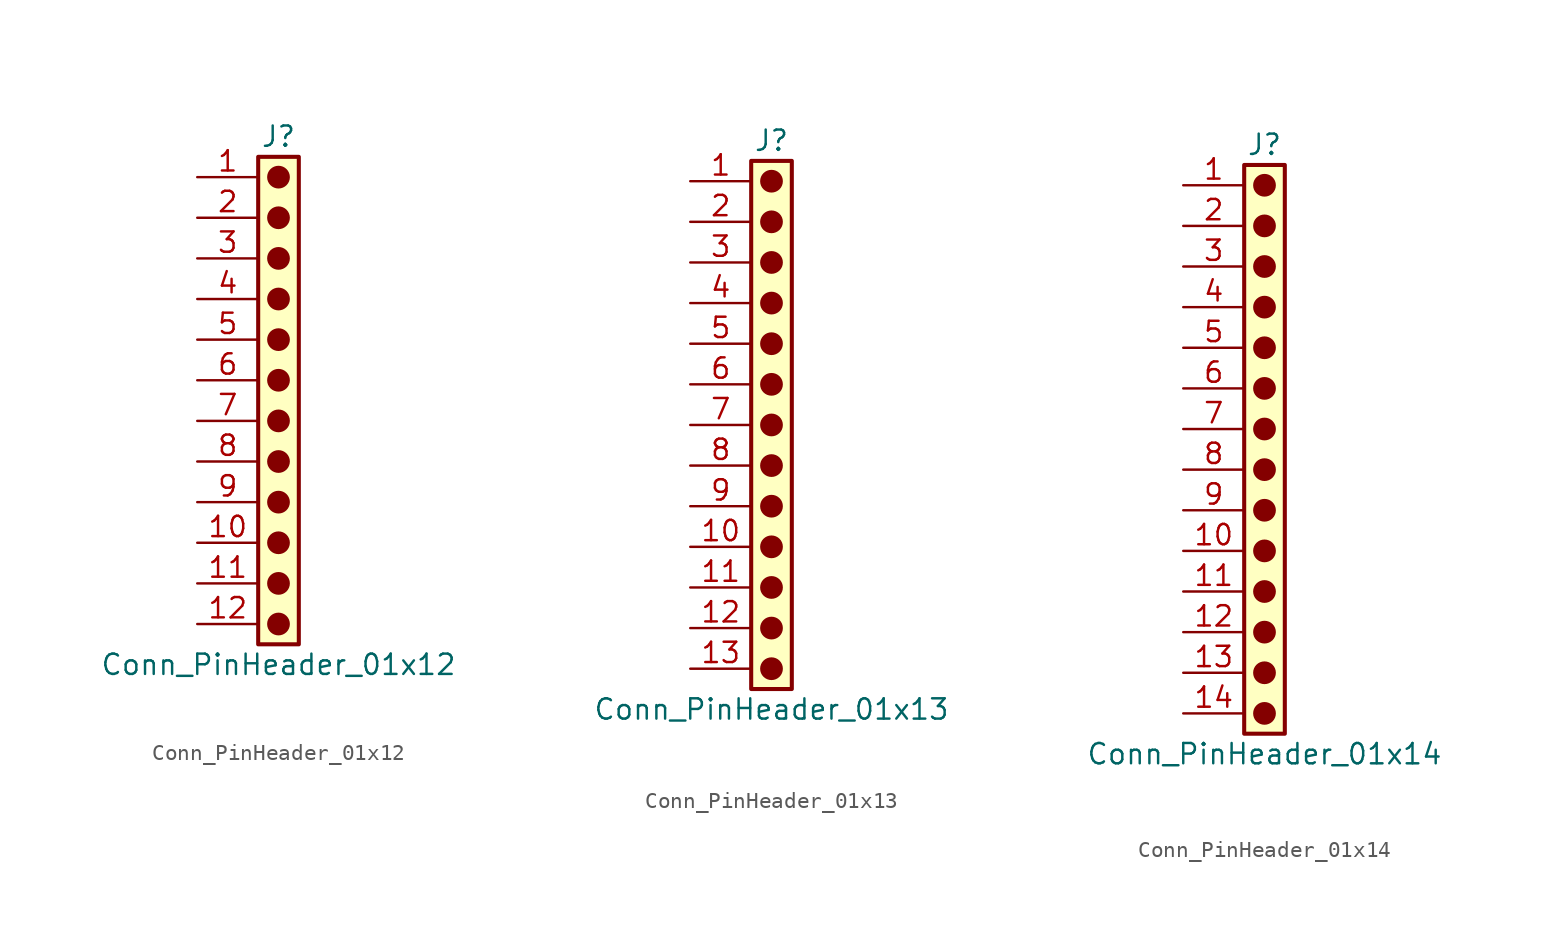
<source format=kicad_sym>
(kicad_symbol_lib
  (version 20241209)
  (generator "kicad_symbol_editor")
  (generator_version "9.0")
  (symbol "Conn_PinHeader_01x12"
    (pin_names
      (offset 1.016)
      (hide yes))
    (property "Reference" "J"
      (at 0 15.24 0)
      (effects (font (size 1.27 1.27))))
    (property "Value" "Conn_PinHeader_01x12"
      (at 0 -17.78 0)
      (effects (font (size 1.27 1.27))))
    (symbol "Conn_PinHeader_01x12_1_1"
      (rectangle (start -1.27 13.97) (end 1.27 -16.51) (stroke (width 0.254) (type default)) (fill (type background)))
      (circle (center 0 12.7) (radius 0.635) (stroke (width 0) (type solid) (color 132 0 0 1)) (fill (type outline)))
      (circle (center 0 10.16) (radius 0.635) (stroke (width 0) (type solid) (color 132 0 0 1)) (fill (type outline)))
      (circle (center 0 7.62) (radius 0.635) (stroke (width 0) (type solid) (color 132 0 0 1)) (fill (type outline)))
      (circle (center 0 5.08) (radius 0.635) (stroke (width 0) (type solid) (color 132 0 0 1)) (fill (type outline)))
      (circle (center 0 2.54) (radius 0.635) (stroke (width 0) (type solid) (color 132 0 0 1)) (fill (type outline)))
      (circle (center 0 0) (radius 0.635) (stroke (width 0) (type solid) (color 132 0 0 1)) (fill (type outline)))
      (circle (center 0 -2.54) (radius 0.635) (stroke (width 0) (type solid) (color 132 0 0 1)) (fill (type outline)))
      (circle (center 0 -5.08) (radius 0.635) (stroke (width 0) (type solid) (color 132 0 0 1)) (fill (type outline)))
      (circle (center 0 -7.62) (radius 0.635) (stroke (width 0) (type solid) (color 132 0 0 1)) (fill (type outline)))
      (circle (center 0 -10.16) (radius 0.635) (stroke (width 0) (type solid) (color 132 0 0 1)) (fill (type outline)))
      (circle (center 0 -12.7) (radius 0.635) (stroke (width 0) (type solid) (color 132 0 0 1)) (fill (type outline)))
      (circle (center 0 -15.24) (radius 0.635) (stroke (width 0) (type solid) (color 132 0 0 1)) (fill (type outline)))
      (pin passive line (at -5.08 12.7 0) (length 3.81) (name "Pin_1" (effects (font (size 1.27 1.27)))) (number "1" (effects (font (size 1.27 1.27)))))
      (pin passive line (at -5.08 10.16 0) (length 3.81) (name "Pin_2" (effects (font (size 1.27 1.27)))) (number "2" (effects (font (size 1.27 1.27)))))
      (pin passive line (at -5.08 7.62 0) (length 3.81) (name "Pin_3" (effects (font (size 1.27 1.27)))) (number "3" (effects (font (size 1.27 1.27)))))
      (pin passive line (at -5.08 5.08 0) (length 3.81) (name "Pin_4" (effects (font (size 1.27 1.27)))) (number "4" (effects (font (size 1.27 1.27)))))
      (pin passive line (at -5.08 2.54 0) (length 3.81) (name "Pin_5" (effects (font (size 1.27 1.27)))) (number "5" (effects (font (size 1.27 1.27)))))
      (pin passive line (at -5.08 0 0) (length 3.81) (name "Pin_6" (effects (font (size 1.27 1.27)))) (number "6" (effects (font (size 1.27 1.27)))))
      (pin passive line (at -5.08 -2.54 0) (length 3.81) (name "Pin_7" (effects (font (size 1.27 1.27)))) (number "7" (effects (font (size 1.27 1.27)))))
      (pin passive line (at -5.08 -5.08 0) (length 3.81) (name "Pin_8" (effects (font (size 1.27 1.27)))) (number "8" (effects (font (size 1.27 1.27)))))
      (pin passive line (at -5.08 -7.62 0) (length 3.81) (name "Pin_9" (effects (font (size 1.27 1.27)))) (number "9" (effects (font (size 1.27 1.27)))))
      (pin passive line (at -5.08 -10.16 0) (length 3.81) (name "Pin_10" (effects (font (size 1.27 1.27)))) (number "10" (effects (font (size 1.27 1.27)))))
      (pin passive line (at -5.08 -12.7 0) (length 3.81) (name "Pin_11" (effects (font (size 1.27 1.27)))) (number "11" (effects (font (size 1.27 1.27)))))
      (pin passive line (at -5.08 -15.24 0) (length 3.81) (name "Pin_12" (effects (font (size 1.27 1.27)))) (number "12" (effects (font (size 1.27 1.27)))))))
  (symbol "Conn_PinHeader_01x13"
    (pin_names
      (offset 1.016)
      (hide yes))
    (property "Reference" "J"
      (at 0 17.78 0)
      (effects (font (size 1.27 1.27))))
    (property "Value" "Conn_PinHeader_01x13"
      (at 0 -17.78 0)
      (effects (font (size 1.27 1.27))))
    (symbol "Conn_PinHeader_01x13_1_1"
      (rectangle (start -1.27 16.51) (end 1.27 -16.51) (stroke (width 0.254) (type default)) (fill (type background)))
      (circle (center 0 15.24) (radius 0.635) (stroke (width 0) (type solid) (color 132 0 0 1)) (fill (type outline)))
      (circle (center 0 12.7) (radius 0.635) (stroke (width 0) (type solid) (color 132 0 0 1)) (fill (type outline)))
      (circle (center 0 10.16) (radius 0.635) (stroke (width 0) (type solid) (color 132 0 0 1)) (fill (type outline)))
      (circle (center 0 7.62) (radius 0.635) (stroke (width 0) (type solid) (color 132 0 0 1)) (fill (type outline)))
      (circle (center 0 5.08) (radius 0.635) (stroke (width 0) (type solid) (color 132 0 0 1)) (fill (type outline)))
      (circle (center 0 2.54) (radius 0.635) (stroke (width 0) (type solid) (color 132 0 0 1)) (fill (type outline)))
      (circle (center 0 0) (radius 0.635) (stroke (width 0) (type solid) (color 132 0 0 1)) (fill (type outline)))
      (circle (center 0 -2.54) (radius 0.635) (stroke (width 0) (type solid) (color 132 0 0 1)) (fill (type outline)))
      (circle (center 0 -5.08) (radius 0.635) (stroke (width 0) (type solid) (color 132 0 0 1)) (fill (type outline)))
      (circle (center 0 -7.62) (radius 0.635) (stroke (width 0) (type solid) (color 132 0 0 1)) (fill (type outline)))
      (circle (center 0 -10.16) (radius 0.635) (stroke (width 0) (type solid) (color 132 0 0 1)) (fill (type outline)))
      (circle (center 0 -12.7) (radius 0.635) (stroke (width 0) (type solid) (color 132 0 0 1)) (fill (type outline)))
      (circle (center 0 -15.24) (radius 0.635) (stroke (width 0) (type solid) (color 132 0 0 1)) (fill (type outline)))
      (pin passive line (at -5.08 15.24 0) (length 3.81) (name "Pin_1" (effects (font (size 1.27 1.27)))) (number "1" (effects (font (size 1.27 1.27)))))
      (pin passive line (at -5.08 12.7 0) (length 3.81) (name "Pin_2" (effects (font (size 1.27 1.27)))) (number "2" (effects (font (size 1.27 1.27)))))
      (pin passive line (at -5.08 10.16 0) (length 3.81) (name "Pin_3" (effects (font (size 1.27 1.27)))) (number "3" (effects (font (size 1.27 1.27)))))
      (pin passive line (at -5.08 7.62 0) (length 3.81) (name "Pin_4" (effects (font (size 1.27 1.27)))) (number "4" (effects (font (size 1.27 1.27)))))
      (pin passive line (at -5.08 5.08 0) (length 3.81) (name "Pin_5" (effects (font (size 1.27 1.27)))) (number "5" (effects (font (size 1.27 1.27)))))
      (pin passive line (at -5.08 2.54 0) (length 3.81) (name "Pin_6" (effects (font (size 1.27 1.27)))) (number "6" (effects (font (size 1.27 1.27)))))
      (pin passive line (at -5.08 0 0) (length 3.81) (name "Pin_7" (effects (font (size 1.27 1.27)))) (number "7" (effects (font (size 1.27 1.27)))))
      (pin passive line (at -5.08 -2.54 0) (length 3.81) (name "Pin_8" (effects (font (size 1.27 1.27)))) (number "8" (effects (font (size 1.27 1.27)))))
      (pin passive line (at -5.08 -5.08 0) (length 3.81) (name "Pin_9" (effects (font (size 1.27 1.27)))) (number "9" (effects (font (size 1.27 1.27)))))
      (pin passive line (at -5.08 -7.62 0) (length 3.81) (name "Pin_10" (effects (font (size 1.27 1.27)))) (number "10" (effects (font (size 1.27 1.27)))))
      (pin passive line (at -5.08 -10.16 0) (length 3.81) (name "Pin_11" (effects (font (size 1.27 1.27)))) (number "11" (effects (font (size 1.27 1.27)))))
      (pin passive line (at -5.08 -12.7 0) (length 3.81) (name "Pin_12" (effects (font (size 1.27 1.27)))) (number "12" (effects (font (size 1.27 1.27)))))
      (pin passive line (at -5.08 -15.24 0) (length 3.81) (name "Pin_13" (effects (font (size 1.27 1.27)))) (number "13" (effects (font (size 1.27 1.27)))))))
  (symbol "Conn_PinHeader_01x14"
    (pin_names
      (offset 1.016)
      (hide yes))
    (property "Reference" "J"
      (at 0 17.78 0)
      (effects (font (size 1.27 1.27))))
    (property "Value" "Conn_PinHeader_01x14"
      (at 0 -20.32 0)
      (effects (font (size 1.27 1.27))))
    (symbol "Conn_PinHeader_01x14_1_1"
      (rectangle (start -1.27 16.51) (end 1.27 -19.05) (stroke (width 0.254) (type default)) (fill (type background)))
      (circle (center 0 15.24) (radius 0.635) (stroke (width 0) (type solid) (color 132 0 0 1)) (fill (type outline)))
      (circle (center 0 12.7) (radius 0.635) (stroke (width 0) (type solid) (color 132 0 0 1)) (fill (type outline)))
      (circle (center 0 10.16) (radius 0.635) (stroke (width 0) (type solid) (color 132 0 0 1)) (fill (type outline)))
      (circle (center 0 7.62) (radius 0.635) (stroke (width 0) (type solid) (color 132 0 0 1)) (fill (type outline)))
      (circle (center 0 5.08) (radius 0.635) (stroke (width 0) (type solid) (color 132 0 0 1)) (fill (type outline)))
      (circle (center 0 2.54) (radius 0.635) (stroke (width 0) (type solid) (color 132 0 0 1)) (fill (type outline)))
      (circle (center 0 0) (radius 0.635) (stroke (width 0) (type solid) (color 132 0 0 1)) (fill (type outline)))
      (circle (center 0 -2.54) (radius 0.635) (stroke (width 0) (type solid) (color 132 0 0 1)) (fill (type outline)))
      (circle (center 0 -5.08) (radius 0.635) (stroke (width 0) (type solid) (color 132 0 0 1)) (fill (type outline)))
      (circle (center 0 -7.62) (radius 0.635) (stroke (width 0) (type solid) (color 132 0 0 1)) (fill (type outline)))
      (circle (center 0 -10.16) (radius 0.635) (stroke (width 0) (type solid) (color 132 0 0 1)) (fill (type outline)))
      (circle (center 0 -12.7) (radius 0.635) (stroke (width 0) (type solid) (color 132 0 0 1)) (fill (type outline)))
      (circle (center 0 -15.24) (radius 0.635) (stroke (width 0) (type solid) (color 132 0 0 1)) (fill (type outline)))
      (circle (center 0 -17.78) (radius 0.635) (stroke (width 0) (type solid) (color 132 0 0 1)) (fill (type outline)))
      (pin passive line (at -5.08 15.24 0) (length 3.81) (name "Pin_1" (effects (font (size 1.27 1.27)))) (number "1" (effects (font (size 1.27 1.27)))))
      (pin passive line (at -5.08 12.7 0) (length 3.81) (name "Pin_2" (effects (font (size 1.27 1.27)))) (number "2" (effects (font (size 1.27 1.27)))))
      (pin passive line (at -5.08 10.16 0) (length 3.81) (name "Pin_3" (effects (font (size 1.27 1.27)))) (number "3" (effects (font (size 1.27 1.27)))))
      (pin passive line (at -5.08 7.62 0) (length 3.81) (name "Pin_4" (effects (font (size 1.27 1.27)))) (number "4" (effects (font (size 1.27 1.27)))))
      (pin passive line (at -5.08 5.08 0) (length 3.81) (name "Pin_5" (effects (font (size 1.27 1.27)))) (number "5" (effects (font (size 1.27 1.27)))))
      (pin passive line (at -5.08 2.54 0) (length 3.81) (name "Pin_6" (effects (font (size 1.27 1.27)))) (number "6" (effects (font (size 1.27 1.27)))))
      (pin passive line (at -5.08 0 0) (length 3.81) (name "Pin_7" (effects (font (size 1.27 1.27)))) (number "7" (effects (font (size 1.27 1.27)))))
      (pin passive line (at -5.08 -2.54 0) (length 3.81) (name "Pin_8" (effects (font (size 1.27 1.27)))) (number "8" (effects (font (size 1.27 1.27)))))
      (pin passive line (at -5.08 -5.08 0) (length 3.81) (name "Pin_9" (effects (font (size 1.27 1.27)))) (number "9" (effects (font (size 1.27 1.27)))))
      (pin passive line (at -5.08 -7.62 0) (length 3.81) (name "Pin_10" (effects (font (size 1.27 1.27)))) (number "10" (effects (font (size 1.27 1.27)))))
      (pin passive line (at -5.08 -10.16 0) (length 3.81) (name "Pin_11" (effects (font (size 1.27 1.27)))) (number "11" (effects (font (size 1.27 1.27)))))
      (pin passive line (at -5.08 -12.7 0) (length 3.81) (name "Pin_12" (effects (font (size 1.27 1.27)))) (number "12" (effects (font (size 1.27 1.27)))))
      (pin passive line (at -5.08 -15.24 0) (length 3.81) (name "Pin_13" (effects (font (size 1.27 1.27)))) (number "13" (effects (font (size 1.27 1.27)))))
      (pin passive line (at -5.08 -17.78 0) (length 3.81) (name "Pin_14" (effects (font (size 1.27 1.27)))) (number "14" (effects (font (size 1.27 1.27))))))))
</source>
